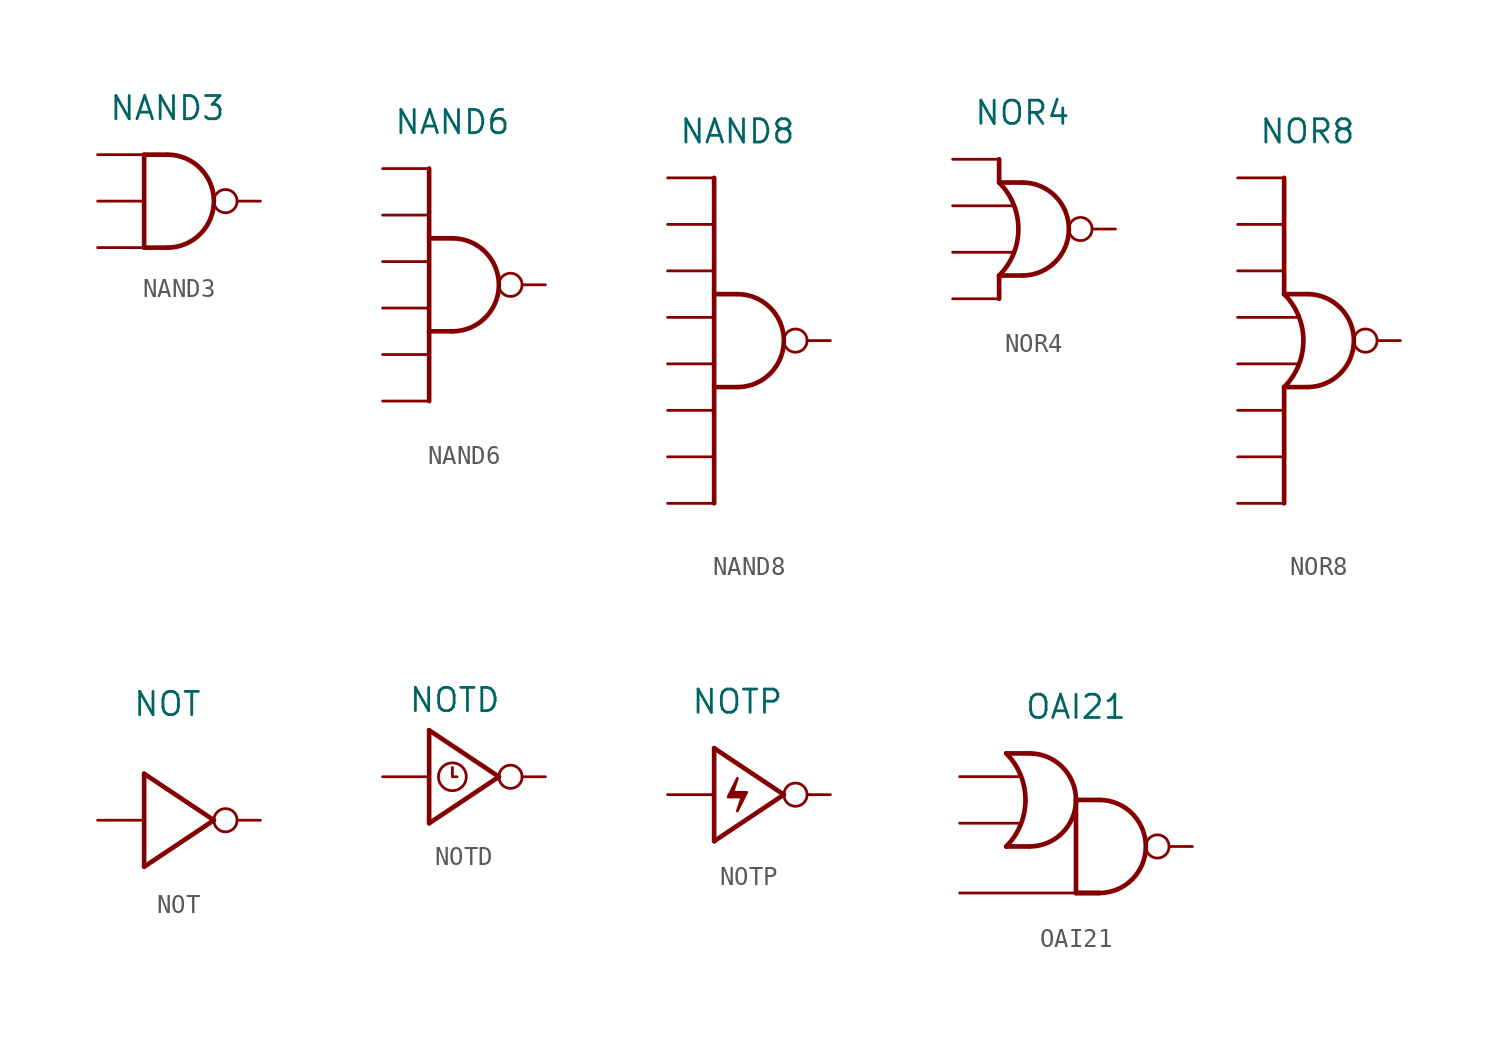
<source format=kicad_sym>
(kicad_symbol_lib
  (version 20211014)
  (generator kicad_symbol_editor)
  (symbol "NAND3"
    (property "Reference" "U"
      (at 0 7.62 0)
      (effects (font (size 1.27 1.27)) hide))
    (property "Value" "NAND3"
      (at 0 5.08 0)
      (effects (font (size 1.27 1.27))))
    (symbol "NAND3_0_0"
      (polyline (pts (xy -1.27 2.54) (xy -1.27 -2.54)) (stroke (width 0.254) (type default) (color 0 0 0 0)) (fill (type none)))
      (polyline (pts (xy -1.27 2.54) (xy 0 2.54)) (stroke (width 0.254) (type default) (color 0 0 0 0)) (fill (type none)))
      (polyline (pts (xy 0 -2.54) (xy -1.27 -2.54)) (stroke (width 0.254) (type default) (color 0 0 0 0)) (fill (type none)))
      (arc (start 0.0225 -2.54) (mid 2.5401 0) (end 0.0225 2.54) (stroke (width 0.254) (type default) (color 0 0 0 0)) (fill (type none))))
    (symbol "NAND3_1_1"
      (pin input line (at -3.81 -2.54 0) (length 2.54) (name "" (effects (font (size 1.27 1.27)))) (number "" (effects (font (size 1.27 1.27)))))
      (pin input line (at -3.81 0 0) (length 2.54) (name "" (effects (font (size 1.27 1.27)))) (number "" (effects (font (size 1.27 1.27)))))
      (pin input line (at -3.81 2.54 0) (length 2.54) (name "" (effects (font (size 1.27 1.27)))) (number "" (effects (font (size 1.27 1.27)))))
      (pin output inverted (at 5.08 0 180) (length 2.54) (name "" (effects (font (size 1.27 1.27)))) (number "" (effects (font (size 1.27 1.27)))))))
  (symbol "NAND6"
    (property "Reference" "U"
      (at 0 11.43 0)
      (effects (font (size 1.27 1.27)) hide))
    (property "Value" "NAND6"
      (at 0 8.89 0)
      (effects (font (size 1.27 1.27))))
    (symbol "NAND6_0_0"
      (polyline (pts (xy -1.27 2.54) (xy 0 2.54)) (stroke (width 0.254) (type default) (color 0 0 0 0)) (fill (type none)))
      (polyline (pts (xy -1.27 6.35) (xy -1.27 -6.35)) (stroke (width 0.254) (type default) (color 0 0 0 0)) (fill (type none)))
      (polyline (pts (xy 0 -2.54) (xy -1.27 -2.54)) (stroke (width 0.254) (type default) (color 0 0 0 0)) (fill (type none)))
      (arc (start 0.0225 -2.54) (mid 2.5401 0) (end 0.0225 2.54) (stroke (width 0.254) (type default) (color 0 0 0 0)) (fill (type none))))
    (symbol "NAND6_1_1"
      (pin input line (at -3.81 -6.35 0) (length 2.54) (name "" (effects (font (size 1.27 1.27)))) (number "" (effects (font (size 1.27 1.27)))))
      (pin input line (at -3.81 -3.81 0) (length 2.54) (name "" (effects (font (size 1.27 1.27)))) (number "" (effects (font (size 1.27 1.27)))))
      (pin input line (at -3.81 -1.27 0) (length 2.54) (name "" (effects (font (size 1.27 1.27)))) (number "" (effects (font (size 1.27 1.27)))))
      (pin input line (at -3.81 1.27 0) (length 2.54) (name "" (effects (font (size 1.27 1.27)))) (number "" (effects (font (size 1.27 1.27)))))
      (pin input line (at -3.81 3.81 0) (length 2.54) (name "" (effects (font (size 1.27 1.27)))) (number "" (effects (font (size 1.27 1.27)))))
      (pin input line (at -3.81 6.35 0) (length 2.54) (name "" (effects (font (size 1.27 1.27)))) (number "" (effects (font (size 1.27 1.27)))))
      (pin output inverted (at 5.08 0 180) (length 2.54) (name "" (effects (font (size 1.27 1.27)))) (number "" (effects (font (size 1.27 1.27)))))))
  (symbol "NAND8"
    (property "Reference" "U"
      (at 0 14.224 0)
      (effects (font (size 1.27 1.27)) hide))
    (property "Value" "NAND8"
      (at 0 11.43 0)
      (effects (font (size 1.27 1.27))))
    (symbol "NAND8_0_0"
      (polyline (pts (xy -1.27 2.54) (xy 0 2.54)) (stroke (width 0.254) (type default) (color 0 0 0 0)) (fill (type none)))
      (polyline (pts (xy -1.27 8.89) (xy -1.27 -8.89)) (stroke (width 0.254) (type default) (color 0 0 0 0)) (fill (type none)))
      (polyline (pts (xy 0 -2.54) (xy -1.27 -2.54)) (stroke (width 0.254) (type default) (color 0 0 0 0)) (fill (type none)))
      (arc (start 0.0225 -2.54) (mid 2.5401 0) (end 0.0225 2.54) (stroke (width 0.254) (type default) (color 0 0 0 0)) (fill (type none))))
    (symbol "NAND8_1_1"
      (pin input line (at -3.81 -8.89 0) (length 2.54) (name "" (effects (font (size 1.27 1.27)))) (number "" (effects (font (size 1.27 1.27)))))
      (pin input line (at -3.81 -6.35 0) (length 2.54) (name "" (effects (font (size 1.27 1.27)))) (number "" (effects (font (size 1.27 1.27)))))
      (pin input line (at -3.81 -3.81 0) (length 2.54) (name "" (effects (font (size 1.27 1.27)))) (number "" (effects (font (size 1.27 1.27)))))
      (pin input line (at -3.81 -1.27 0) (length 2.54) (name "" (effects (font (size 1.27 1.27)))) (number "" (effects (font (size 1.27 1.27)))))
      (pin input line (at -3.81 1.27 0) (length 2.54) (name "" (effects (font (size 1.27 1.27)))) (number "" (effects (font (size 1.27 1.27)))))
      (pin input line (at -3.81 3.81 0) (length 2.54) (name "" (effects (font (size 1.27 1.27)))) (number "" (effects (font (size 1.27 1.27)))))
      (pin input line (at -3.81 6.35 0) (length 2.54) (name "" (effects (font (size 1.27 1.27)))) (number "" (effects (font (size 1.27 1.27)))))
      (pin input line (at -3.81 8.89 0) (length 2.54) (name "" (effects (font (size 1.27 1.27)))) (number "" (effects (font (size 1.27 1.27)))))
      (pin output inverted (at 5.08 0 180) (length 2.54) (name "" (effects (font (size 1.27 1.27)))) (number "" (effects (font (size 1.27 1.27)))))))
  (symbol "NOR4"
    (property "Reference" "U"
      (at 0 8.89 0)
      (effects (font (size 1.27 1.27)) hide))
    (property "Value" "NOR4"
      (at 0 6.35 0)
      (effects (font (size 1.27 1.27))))
    (symbol "NOR4_0_0"
      (arc (start -1.27 -2.54) (mid -0.2179 0) (end -1.27 2.54) (stroke (width 0.254) (type default) (color 0 0 0 0)) (fill (type none)))
      (polyline (pts (xy -1.27 -2.54) (xy -1.27 -3.81)) (stroke (width 0.254) (type default) (color 0 0 0 0)) (fill (type none)))
      (polyline (pts (xy -1.27 2.54) (xy 0 2.54)) (stroke (width 0.254) (type default) (color 0 0 0 0)) (fill (type none)))
      (polyline (pts (xy -1.27 3.81) (xy -1.27 2.54)) (stroke (width 0.254) (type default) (color 0 0 0 0)) (fill (type none)))
      (polyline (pts (xy 0 -2.54) (xy -1.27 -2.54)) (stroke (width 0.254) (type default) (color 0 0 0 0)) (fill (type none)))
      (arc (start 0.0225 -2.54) (mid 2.5401 0) (end 0.0225 2.54) (stroke (width 0.254) (type default) (color 0 0 0 0)) (fill (type none))))
    (symbol "NOR4_1_1"
      (pin input line (at -3.81 -3.81 0) (length 2.54) (name "" (effects (font (size 1.27 1.27)))) (number "" (effects (font (size 1.27 1.27)))))
      (pin input line (at -3.81 -1.27 0) (length 3.36) (name "" (effects (font (size 1.27 1.27)))) (number "" (effects (font (size 1.27 1.27)))))
      (pin input line (at -3.81 1.27 0) (length 3.36) (name "" (effects (font (size 1.27 1.27)))) (number "" (effects (font (size 1.27 1.27)))))
      (pin input line (at -3.81 3.81 0) (length 2.54) (name "" (effects (font (size 1.27 1.27)))) (number "" (effects (font (size 1.27 1.27)))))
      (pin output inverted (at 5.08 0 180) (length 2.54) (name "" (effects (font (size 1.27 1.27)))) (number "" (effects (font (size 1.27 1.27)))))))
  (symbol "NOR8"
    (property "Reference" "U"
      (at 0 13.97 0)
      (effects (font (size 1.27 1.27)) hide))
    (property "Value" "NOR8"
      (at 0 11.43 0)
      (effects (font (size 1.27 1.27))))
    (symbol "NOR8_0_0"
      (arc (start -1.27 -2.54) (mid -0.2179 0) (end -1.27 2.54) (stroke (width 0.254) (type default) (color 0 0 0 0)) (fill (type none)))
      (polyline (pts (xy -1.27 -2.54) (xy -1.27 -8.89)) (stroke (width 0.254) (type default) (color 0 0 0 0)) (fill (type none)))
      (polyline (pts (xy -1.27 2.54) (xy 0 2.54)) (stroke (width 0.254) (type default) (color 0 0 0 0)) (fill (type none)))
      (polyline (pts (xy -1.27 8.89) (xy -1.27 2.54)) (stroke (width 0.254) (type default) (color 0 0 0 0)) (fill (type none)))
      (polyline (pts (xy 0 -2.54) (xy -1.27 -2.54)) (stroke (width 0.254) (type default) (color 0 0 0 0)) (fill (type none)))
      (arc (start 0.0225 -2.54) (mid 2.5401 0) (end 0.0225 2.54) (stroke (width 0.254) (type default) (color 0 0 0 0)) (fill (type none))))
    (symbol "NOR8_1_1"
      (pin input line (at -3.81 -8.89 0) (length 2.54) (name "" (effects (font (size 1.27 1.27)))) (number "" (effects (font (size 1.27 1.27)))))
      (pin input line (at -3.81 -6.35 0) (length 2.54) (name "" (effects (font (size 1.27 1.27)))) (number "" (effects (font (size 1.27 1.27)))))
      (pin input line (at -3.81 -3.81 0) (length 2.54) (name "" (effects (font (size 1.27 1.27)))) (number "" (effects (font (size 1.27 1.27)))))
      (pin input line (at -3.81 -1.27 0) (length 3.36) (name "" (effects (font (size 1.27 1.27)))) (number "" (effects (font (size 1.27 1.27)))))
      (pin input line (at -3.81 1.27 0) (length 3.36) (name "" (effects (font (size 1.27 1.27)))) (number "" (effects (font (size 1.27 1.27)))))
      (pin input line (at -3.81 3.81 0) (length 2.54) (name "" (effects (font (size 1.27 1.27)))) (number "" (effects (font (size 1.27 1.27)))))
      (pin input line (at -3.81 6.35 0) (length 2.54) (name "" (effects (font (size 1.27 1.27)))) (number "" (effects (font (size 1.27 1.27)))))
      (pin input line (at -3.81 8.89 0) (length 2.54) (name "" (effects (font (size 1.27 1.27)))) (number "" (effects (font (size 1.27 1.27)))))
      (pin output inverted (at 5.08 0 180) (length 2.54) (name "" (effects (font (size 1.27 1.27)))) (number "" (effects (font (size 1.27 1.27)))))))
  (symbol "NOT"
    (property "Reference" "U"
      (at 0 8.89 0)
      (effects (font (size 1.27 1.27)) hide))
    (property "Value" "NOT"
      (at 0 6.35 0)
      (effects (font (size 1.27 1.27))))
    (symbol "NOT_0_0"
      (polyline (pts (xy -1.27 -2.54) (xy 2.54 0)) (stroke (width 0.254) (type default) (color 0 0 0 0)) (fill (type none)))
      (polyline (pts (xy -1.27 2.54) (xy -1.27 -2.54)) (stroke (width 0.254) (type default) (color 0 0 0 0)) (fill (type none)))
      (polyline (pts (xy -1.27 2.54) (xy 2.54 0)) (stroke (width 0.254) (type default) (color 0 0 0 0)) (fill (type none))))
    (symbol "NOT_1_1"
      (pin input line (at -3.81 0 0) (length 2.54) (name "" (effects (font (size 1.27 1.27)))) (number "" (effects (font (size 1.27 1.27)))))
      (pin output inverted (at 5.08 0 180) (length 2.54) (name "" (effects (font (size 1.27 1.27)))) (number "" (effects (font (size 1.27 1.27)))))))
  (symbol "NOTD"
    (property "Reference" "U"
      (at 0.127 6.731 0)
      (effects (font (size 1.27 1.27)) hide))
    (property "Value" "NOTD"
      (at 0.127 4.191 0)
      (effects (font (size 1.27 1.27))))
    (symbol "NOTD_0_0"
      (polyline (pts (xy -1.27 -2.54) (xy 2.54 0)) (stroke (width 0.254) (type default) (color 0 0 0 0)) (fill (type none)))
      (polyline (pts (xy -1.27 2.54) (xy -1.27 -2.54)) (stroke (width 0.254) (type default) (color 0 0 0 0)) (fill (type none)))
      (polyline (pts (xy -1.27 2.54) (xy 2.54 0)) (stroke (width 0.254) (type default) (color 0 0 0 0)) (fill (type none))))
    (symbol "NOTD_0_1"
      (polyline (pts (xy 0 0.508) (xy 0 0) (xy 0.254 0)) (stroke (width 0) (type default) (color 0 0 0 0)) (fill (type none)))
      (circle (center 0 0) (radius 0.762) (stroke (width 0) (type default) (color 0 0 0 0)) (fill (type none))))
    (symbol "NOTD_1_1"
      (pin input line (at -3.81 0 0) (length 2.54) (name "" (effects (font (size 1.27 1.27)))) (number "" (effects (font (size 1.27 1.27)))))
      (pin output inverted (at 5.08 0 180) (length 2.54) (name "" (effects (font (size 1.27 1.27)))) (number "" (effects (font (size 1.27 1.27)))))))
  (symbol "NOTP"
    (property "Reference" "U"
      (at 0 7.62 0)
      (effects (font (size 1.27 1.27)) hide))
    (property "Value" "NOTP"
      (at 0 5.08 0)
      (effects (font (size 1.27 1.27))))
    (symbol "NOTP_0_0"
      (polyline (pts (xy -1.27 -2.54) (xy 2.54 0)) (stroke (width 0.254) (type default) (color 0 0 0 0)) (fill (type none)))
      (polyline (pts (xy -1.27 2.54) (xy -1.27 -2.54)) (stroke (width 0.254) (type default) (color 0 0 0 0)) (fill (type none)))
      (polyline (pts (xy -1.27 2.54) (xy 2.54 0)) (stroke (width 0.254) (type default) (color 0 0 0 0)) (fill (type none))))
    (symbol "NOTP_0_1"
      (polyline (pts (xy 0 0.889) (xy -0.508 -0.127) (xy 0.254 -0.127) (xy 0 -0.889) (xy 0.508 0.127) (xy -0.254 0.127) (xy 0 0.889)) (stroke (width 0) (type default) (color 0 0 0 0)) (fill (type outline))))
    (symbol "NOTP_1_1"
      (pin input line (at -3.81 0 0) (length 2.54) (name "" (effects (font (size 1.27 1.27)))) (number "" (effects (font (size 1.27 1.27)))))
      (pin output inverted (at 5.08 0 180) (length 2.54) (name "" (effects (font (size 1.27 1.27)))) (number "" (effects (font (size 1.27 1.27)))))))
  (symbol "OAI21"
    (property "Reference" "U"
      (at 0 10.16 0)
      (effects (font (size 1.27 1.27)) hide))
    (property "Value" "OAI21"
      (at 0 7.62 0)
      (effects (font (size 1.27 1.27))))
    (symbol "OAI21_0_0"
      (arc (start -3.81 0) (mid -2.7579 2.54) (end -3.81 5.08) (stroke (width 0.254) (type default) (color 0 0 0 0)) (fill (type none)))
      (arc (start -2.5175 0) (mid 0.0001 2.54) (end -2.5175 5.08) (stroke (width 0.254) (type default) (color 0 0 0 0)) (fill (type none)))
      (polyline (pts (xy -3.81 5.08) (xy -2.54 5.08)) (stroke (width 0.254) (type default) (color 0 0 0 0)) (fill (type none)))
      (polyline (pts (xy -2.54 0) (xy -3.81 0)) (stroke (width 0.254) (type default) (color 0 0 0 0)) (fill (type none)))
      (polyline (pts (xy 0 -2.54) (xy 1.27 -2.54)) (stroke (width 0.254) (type default) (color 0 0 0 0)) (fill (type none)))
      (polyline (pts (xy 0 2.54) (xy 0 -2.54)) (stroke (width 0.254) (type default) (color 0 0 0 0)) (fill (type none)))
      (polyline (pts (xy 0 2.54) (xy 1.27 2.54)) (stroke (width 0.254) (type default) (color 0 0 0 0)) (fill (type none)))
      (polyline (pts (xy 1.27 -2.54) (xy 0 -2.54)) (stroke (width 0.254) (type default) (color 0 0 0 0)) (fill (type none)))
      (arc (start 1.2925 -2.54) (mid 3.8101 0) (end 1.2925 2.54) (stroke (width 0.254) (type default) (color 0 0 0 0)) (fill (type none))))
    (symbol "OAI21_1_1"
      (pin input line (at -6.35 -2.54 0) (length 6.35) (name "" (effects (font (size 1.27 1.27)))) (number "" (effects (font (size 1.27 1.27)))))
      (pin input line (at -6.35 1.27 0) (length 3.36) (name "" (effects (font (size 1.27 1.27)))) (number "" (effects (font (size 1.27 1.27)))))
      (pin input line (at -6.35 3.81 0) (length 3.36) (name "" (effects (font (size 1.27 1.27)))) (number "" (effects (font (size 1.27 1.27)))))
      (pin output inverted (at 6.35 0 180) (length 2.54) (name "" (effects (font (size 1.27 1.27)))) (number "" (effects (font (size 1.27 1.27))))))))
</source>
